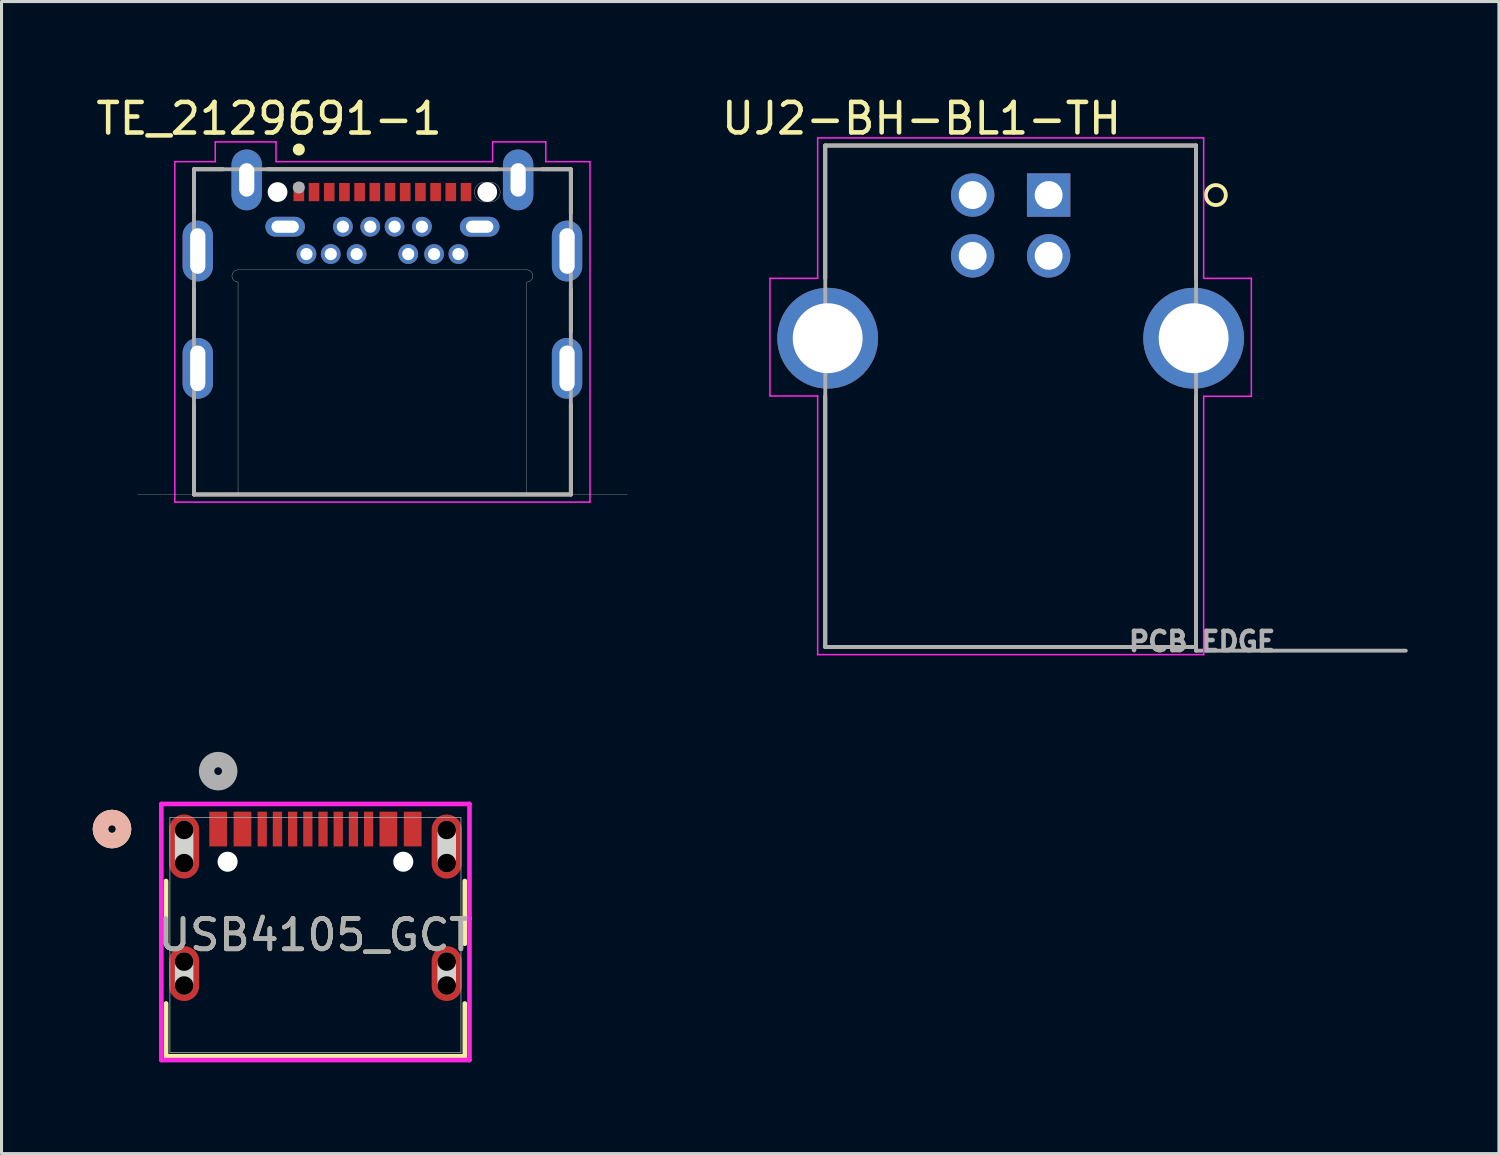
<source format=kicad_pcb>
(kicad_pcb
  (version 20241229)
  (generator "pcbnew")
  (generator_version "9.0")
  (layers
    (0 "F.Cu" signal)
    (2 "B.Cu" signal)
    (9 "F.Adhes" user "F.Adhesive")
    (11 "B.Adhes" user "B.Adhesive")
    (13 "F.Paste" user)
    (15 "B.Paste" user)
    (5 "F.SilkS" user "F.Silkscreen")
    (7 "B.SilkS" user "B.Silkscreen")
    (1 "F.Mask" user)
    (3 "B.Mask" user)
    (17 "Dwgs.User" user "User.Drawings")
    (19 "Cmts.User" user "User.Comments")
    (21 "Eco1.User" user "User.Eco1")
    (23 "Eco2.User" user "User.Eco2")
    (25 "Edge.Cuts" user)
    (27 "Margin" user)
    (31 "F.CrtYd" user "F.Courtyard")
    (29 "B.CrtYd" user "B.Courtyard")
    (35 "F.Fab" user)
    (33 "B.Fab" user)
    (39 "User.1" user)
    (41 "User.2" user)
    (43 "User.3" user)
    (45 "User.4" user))
  (footprint "UJ2-BH-BL1-TH"
    (layer "F.Cu")
    (at 31.452 3.368)
    (property "Reference" "UJ2-BH-BL1-TH" (at -4.182 -2.519 0) (layer "F.SilkS") (effects (font (size 1.002 1.002) (thickness 0.15))))
    (attr through_hole)
    (fp_line (start -7.35 -1.63) (end 4.85 -1.63) (stroke (width 0.127) (type solid)) (layer "F.SilkS"))
    (fp_line (start -7.35 2.74) (end -7.35 -1.63) (stroke (width 0.127) (type solid)) (layer "F.SilkS"))
    (fp_line (start -7.35 6.61) (end -7.35 14.87) (stroke (width 0.127) (type solid)) (layer "F.SilkS"))
    (fp_line (start -7.35 14.87) (end 4.85 14.87) (stroke (width 0.127) (type solid)) (layer "F.SilkS"))
    (fp_line (start 4.85 -1.63) (end 4.85 2.74) (stroke (width 0.127) (type solid)) (layer "F.SilkS"))
    (fp_line (start 4.85 14.87) (end 4.85 6.61) (stroke (width 0.127) (type solid)) (layer "F.SilkS"))
    (fp_circle (center 5.5 0) (end 5.829 0) (stroke (width 0.127) (type solid)) (fill no) (layer "F.SilkS"))
    (fp_line (start -9.17 2.74) (end -7.6 2.74) (stroke (width 0.05) (type solid)) (layer "F.CrtYd"))
    (fp_line (start -9.17 6.61) (end -9.17 2.74) (stroke (width 0.05) (type solid)) (layer "F.CrtYd"))
    (fp_line (start -7.6 -1.88) (end 5.1 -1.88) (stroke (width 0.05) (type solid)) (layer "F.CrtYd"))
    (fp_line (start -7.6 2.74) (end -7.6 -1.88) (stroke (width 0.05) (type solid)) (layer "F.CrtYd"))
    (fp_line (start -7.6 6.61) (end -9.17 6.61) (stroke (width 0.05) (type solid)) (layer "F.CrtYd"))
    (fp_line (start -7.6 15.12) (end -7.6 6.61) (stroke (width 0.05) (type solid)) (layer "F.CrtYd"))
    (fp_line (start 5.1 -1.88) (end 5.1 2.74) (stroke (width 0.05) (type solid)) (layer "F.CrtYd"))
    (fp_line (start 5.1 2.74) (end 6.67 2.74) (stroke (width 0.05) (type solid)) (layer "F.CrtYd"))
    (fp_line (start 5.1 6.62) (end 5.1 15.12) (stroke (width 0.05) (type solid)) (layer "F.CrtYd"))
    (fp_line (start 5.1 15.12) (end -7.6 15.12) (stroke (width 0.05) (type solid)) (layer "F.CrtYd"))
    (fp_line (start 6.67 2.74) (end 6.67 6.62) (stroke (width 0.05) (type solid)) (layer "F.CrtYd"))
    (fp_line (start 6.67 6.62) (end 5.1 6.62) (stroke (width 0.05) (type solid)) (layer "F.CrtYd"))
    (fp_line (start -7.35 -1.63) (end 4.85 -1.63) (stroke (width 0.127) (type solid)) (layer "F.Fab"))
    (fp_line (start -7.35 14.87) (end -7.35 -1.63) (stroke (width 0.127) (type solid)) (layer "F.Fab"))
    (fp_line (start 4.85 -1.63) (end 4.85 14.87) (stroke (width 0.127) (type solid)) (layer "F.Fab"))
    (fp_line (start 4.85 14.87) (end -7.35 14.87) (stroke (width 0.127) (type solid)) (layer "F.Fab"))
    (fp_line (start 4.85 14.87) (end 4.85 14.99) (stroke (width 0.127) (type solid)) (layer "F.Fab"))
    (fp_line (start 4.85 14.99) (end 11.75 14.99) (stroke (width 0.127) (type solid)) (layer "F.Fab"))
    (fp_circle (center 0 0) (end 0.2 0) (stroke (width 0.4) (type solid)) (fill no) (layer "F.Fab"))
    (fp_text user "PCB EDGE" (at 5.049 14.686 0) (layer "F.Fab") (effects (font (size 0.631 0.631) (thickness 0.15))))
    (pad "1" thru_hole rect (at 0 0) (size 1.428 1.428) (drill 0.92) (layers "*.Cu" "*.Mask"))
    (pad "2" thru_hole circle (at -2.5 0) (size 1.428 1.428) (drill 0.92) (layers "*.Cu" "*.Mask"))
    (pad "3" thru_hole circle (at -2.5 2) (size 1.428 1.428) (drill 0.92) (layers "*.Cu" "*.Mask"))
    (pad "4" thru_hole circle (at 0 2) (size 1.428 1.428) (drill 0.92) (layers "*.Cu" "*.Mask"))
    (pad "SH1" thru_hole circle (at -7.27 4.71) (size 3.316 3.316) (drill 2.3) (layers "*.Cu" "*.Mask"))
    (pad "SH2" thru_hole circle (at 4.77 4.71) (size 3.316 3.316) (drill 2.3) (layers "*.Cu" "*.Mask")))
  (footprint "USB4105_GCT"
    (layer "F.Cu")
    (at 7.328 27.713)
    (property "Reference" "USB4105_GCT" (at 0 0 0) (unlocked yes) (layer "F.SilkS") (effects (font (size 1 1) (thickness 0.15))))
    (attr smd)
    (fp_line (start -4.915 -1.776) (end -4.915 0.287) (stroke (width 0.152) (type solid)) (layer "F.SilkS"))
    (fp_line (start -4.915 2.252) (end -4.915 3.988) (stroke (width 0.152) (type solid)) (layer "F.SilkS"))
    (fp_line (start -4.915 3.988) (end 4.915 3.988) (stroke (width 0.152) (type solid)) (layer "F.SilkS"))
    (fp_line (start 4.915 0.287) (end 4.915 -1.776) (stroke (width 0.152) (type solid)) (layer "F.SilkS"))
    (fp_line (start 4.915 3.988) (end 4.915 2.252) (stroke (width 0.152) (type solid)) (layer "F.SilkS"))
    (fp_circle (center -6.693 -3.486) (end -6.312 -3.486) (stroke (width 0.508) (type solid)) (fill no) (layer "F.SilkS"))
    (fp_circle (center -6.693 -3.486) (end -6.312 -3.486) (stroke (width 0.508) (type solid)) (fill no) (layer "B.SilkS"))
    (fp_line (start -4.32 -2.365) (end -4.32 -3.457) (stroke (width 0.61) (type solid)) (layer "Edge.Cuts"))
    (fp_line (start -4.32 1.663) (end -4.32 0.875) (stroke (width 0.61) (type solid)) (layer "Edge.Cuts"))
    (fp_line (start 4.32 -2.365) (end 4.32 -3.457) (stroke (width 0.61) (type solid)) (layer "Edge.Cuts"))
    (fp_line (start 4.32 1.663) (end 4.32 0.875) (stroke (width 0.61) (type solid)) (layer "Edge.Cuts"))
    (fp_line (start -5.069 -4.311) (end -5.069 4.115) (stroke (width 0.152) (type solid)) (layer "F.CrtYd"))
    (fp_line (start -5.069 4.115) (end 5.069 4.115) (stroke (width 0.152) (type solid)) (layer "F.CrtYd"))
    (fp_line (start 5.069 -4.311) (end -5.069 -4.311) (stroke (width 0.152) (type solid)) (layer "F.CrtYd"))
    (fp_line (start 5.069 4.115) (end 5.069 -4.311) (stroke (width 0.152) (type solid)) (layer "F.CrtYd"))
    (fp_line (start -4.788 -3.861) (end -4.788 3.861) (stroke (width 0.025) (type solid)) (layer "F.Fab"))
    (fp_line (start -4.788 3.861) (end 4.788 3.861) (stroke (width 0.025) (type solid)) (layer "F.Fab"))
    (fp_line (start 4.788 -3.861) (end -4.788 -3.861) (stroke (width 0.025) (type solid)) (layer "F.Fab"))
    (fp_line (start 4.788 3.861) (end 4.788 -3.861) (stroke (width 0.025) (type solid)) (layer "F.Fab"))
    (fp_circle (center -3.2 -5.391) (end -2.819 -5.391) (stroke (width 0.508) (type solid)) (fill no) (layer "F.Fab"))
    (fp_text user "${REFERENCE}" (at 0 0 0) (unlocked yes) (layer "F.Fab") (effects (font (size 1 1) (thickness 0.15))))
    (pad "" np_thru_hole circle (at -4.32 -3.457) (size 0.61 0.61) (drill 0.61) (layers))
    (pad "" np_thru_hole circle (at -4.32 -2.365) (size 0.61 0.61) (drill 0.61) (layers))
    (pad "" np_thru_hole circle (at -4.32 0.875) (size 0.61 0.61) (drill 0.61) (layers))
    (pad "" np_thru_hole circle (at -4.32 1.663) (size 0.61 0.61) (drill 0.61) (layers))
    (pad "" np_thru_hole circle (at -2.89 -2.411) (size 0.66 0.66) (drill 0.66) (layers "*.Cu" "*.Mask"))
    (pad "" np_thru_hole circle (at 2.89 -2.411) (size 0.66 0.66) (drill 0.66) (layers "*.Cu" "*.Mask"))
    (pad "" np_thru_hole circle (at 4.32 -3.457) (size 0.61 0.61) (drill 0.61) (layers))
    (pad "" np_thru_hole circle (at 4.32 -2.365) (size 0.61 0.61) (drill 0.61) (layers))
    (pad "" np_thru_hole circle (at 4.32 0.875) (size 0.61 0.61) (drill 0.61) (layers))
    (pad "" np_thru_hole circle (at 4.32 1.663) (size 0.61 0.61) (drill 0.61) (layers))
    (pad "13" smd oval (at -4.32 1.269) (size 0.991 1.803) (layers "F.Cu" "F.Mask" "F.Paste"))
    (pad "14" smd oval (at 4.32 1.269) (size 0.991 1.803) (layers "F.Cu" "F.Mask" "F.Paste"))
    (pad "15" smd oval (at -4.32 -2.911) (size 0.991 2.108) (layers "F.Cu" "F.Mask" "F.Paste"))
    (pad "16" smd oval (at 4.32 -2.911) (size 0.991 2.108) (layers "F.Cu" "F.Mask" "F.Paste"))
    (pad "A1-B12" smd rect (at -3.2 -3.486) (size 0.584 1.143) (layers "F.Cu" "F.Mask" "F.Paste"))
    (pad "A4-B9" smd rect (at -2.4 -3.486) (size 0.584 1.143) (layers "F.Cu" "F.Mask" "F.Paste"))
    (pad "A5" smd rect (at -1.25 -3.486) (size 0.305 1.143) (layers "F.Cu" "F.Mask" "F.Paste"))
    (pad "A6" smd rect (at -0.25 -3.486) (size 0.305 1.143) (layers "F.Cu" "F.Mask" "F.Paste"))
    (pad "A7" smd rect (at 0.25 -3.486) (size 0.305 1.143) (layers "F.Cu" "F.Mask" "F.Paste"))
    (pad "A8" smd rect (at 1.25 -3.486) (size 0.305 1.143) (layers "F.Cu" "F.Mask" "F.Paste"))
    (pad "B1-A12" smd rect (at 3.2 -3.486) (size 0.584 1.143) (layers "F.Cu" "F.Mask" "F.Paste"))
    (pad "B4-A9" smd rect (at 2.4 -3.486) (size 0.584 1.143) (layers "F.Cu" "F.Mask" "F.Paste"))
    (pad "B5" smd rect (at 1.75 -3.486) (size 0.305 1.143) (layers "F.Cu" "F.Mask" "F.Paste"))
    (pad "B6" smd rect (at 0.75 -3.486) (size 0.305 1.143) (layers "F.Cu" "F.Mask" "F.Paste"))
    (pad "B7" smd rect (at -0.75 -3.486) (size 0.305 1.143) (layers "F.Cu" "F.Mask" "F.Paste"))
    (pad "B8" smd rect (at -1.75 -3.486) (size 0.305 1.143) (layers "F.Cu" "F.Mask" "F.Paste")))
  (footprint "TE_2129691-1"
    (layer "F.Cu")
    (at 9.532 7.869)
    (property "Reference" "TE_2129691-1" (at -3.73 -7.017 0) (layer "F.SilkS") (effects (font (size 1.006 1.006) (thickness 0.15))))
    (attr through_hole)
    (fp_line (start -6.2 -5.35) (end -5.25 -5.35) (stroke (width 0.127) (type solid)) (layer "F.SilkS"))
    (fp_line (start -6.2 -3.91) (end -6.2 -5.35) (stroke (width 0.127) (type solid)) (layer "F.SilkS"))
    (fp_line (start -6.2 -0.06) (end -6.2 -1.41) (stroke (width 0.127) (type solid)) (layer "F.SilkS"))
    (fp_line (start -6.2 2.39) (end -6.2 5.35) (stroke (width 0.127) (type solid)) (layer "F.SilkS"))
    (fp_line (start -6.2 5.35) (end 6.2 5.35) (stroke (width 0.127) (type solid)) (layer "F.SilkS"))
    (fp_line (start -3.78 -5.35) (end 3.78 -5.35) (stroke (width 0.127) (type solid)) (layer "F.SilkS"))
    (fp_line (start 6.2 -5.35) (end 5.25 -5.35) (stroke (width 0.127) (type solid)) (layer "F.SilkS"))
    (fp_line (start 6.2 -3.91) (end 6.2 -5.35) (stroke (width 0.127) (type solid)) (layer "F.SilkS"))
    (fp_line (start 6.2 -0.01) (end 6.2 -1.41) (stroke (width 0.127) (type solid)) (layer "F.SilkS"))
    (fp_line (start 6.2 5.35) (end 6.2 2.39) (stroke (width 0.127) (type solid)) (layer "F.SilkS"))
    (fp_circle (center -2.75 -6) (end -2.65 -6) (stroke (width 0.2) (type solid)) (fill no) (layer "F.SilkS"))
    (fp_line (start -8.05 5.35) (end -4.75 5.35) (stroke (width 0.01) (type solid)) (layer "Edge.Cuts"))
    (fp_line (start -4.75 -2.04) (end 4.75 -2.04) (stroke (width 0.01) (type solid)) (layer "Edge.Cuts"))
    (fp_line (start -4.75 -1.64) (end -4.75 5.35) (stroke (width 0.01) (type solid)) (layer "Edge.Cuts"))
    (fp_line (start 3.365 -4.925) (end 3.535 -4.925) (stroke (width 0.01) (type solid)) (layer "Edge.Cuts"))
    (fp_line (start 3.535 -4.275) (end 3.365 -4.275) (stroke (width 0.01) (type solid)) (layer "Edge.Cuts"))
    (fp_line (start 4.75 -1.64) (end 4.75 5.35) (stroke (width 0.01) (type solid)) (layer "Edge.Cuts"))
    (fp_line (start 4.75 5.35) (end 8.05 5.35) (stroke (width 0.01) (type solid)) (layer "Edge.Cuts"))
    (fp_arc (start -4.75 -1.64) (mid -4.95 -1.84) (end -4.75 -2.04) (stroke (width 0.01) (type solid)) (layer "Edge.Cuts"))
    (fp_arc (start 3.025 -4.6) (mid 3.12769 -4.832916) (end 3.365 -4.925) (stroke (width 0.01) (type solid)) (layer "Edge.Cuts"))
    (fp_arc (start 3.365 -4.275) (mid 3.12769 -4.367084) (end 3.025 -4.6) (stroke (width 0.01) (type solid)) (layer "Edge.Cuts"))
    (fp_arc (start 3.535 -4.925) (mid 3.77231 -4.832916) (end 3.875 -4.6) (stroke (width 0.01) (type solid)) (layer "Edge.Cuts"))
    (fp_arc (start 3.875 -4.6) (mid 3.77231 -4.367084) (end 3.535 -4.275) (stroke (width 0.01) (type solid)) (layer "Edge.Cuts"))
    (fp_arc (start 4.75 -2.04) (mid 4.95 -1.84) (end 4.75 -1.64) (stroke (width 0.01) (type solid)) (layer "Edge.Cuts"))
    (fp_line (start -6.83 -5.6) (end -6.83 5.6) (stroke (width 0.05) (type solid)) (layer "F.CrtYd"))
    (fp_line (start -6.83 5.6) (end 6.83 5.6) (stroke (width 0.05) (type solid)) (layer "F.CrtYd"))
    (fp_line (start -5.5 -6.25) (end -5.5 -5.6) (stroke (width 0.05) (type solid)) (layer "F.CrtYd"))
    (fp_line (start -5.5 -5.6) (end -6.83 -5.6) (stroke (width 0.05) (type solid)) (layer "F.CrtYd"))
    (fp_line (start -3.5 -6.25) (end -5.5 -6.25) (stroke (width 0.05) (type solid)) (layer "F.CrtYd"))
    (fp_line (start -3.5 -5.6) (end -3.5 -6.25) (stroke (width 0.05) (type solid)) (layer "F.CrtYd"))
    (fp_line (start 3.625 -6.25) (end 3.625 -5.6) (stroke (width 0.05) (type solid)) (layer "F.CrtYd"))
    (fp_line (start 3.625 -5.6) (end -3.5 -5.6) (stroke (width 0.05) (type solid)) (layer "F.CrtYd"))
    (fp_line (start 5.375 -6.25) (end 3.625 -6.25) (stroke (width 0.05) (type solid)) (layer "F.CrtYd"))
    (fp_line (start 5.375 -5.6) (end 5.375 -6.25) (stroke (width 0.05) (type solid)) (layer "F.CrtYd"))
    (fp_line (start 6.83 -5.6) (end 5.375 -5.6) (stroke (width 0.05) (type solid)) (layer "F.CrtYd"))
    (fp_line (start 6.83 5.6) (end 6.83 -5.6) (stroke (width 0.05) (type solid)) (layer "F.CrtYd"))
    (fp_line (start -6.2 -5.35) (end 6.2 -5.35) (stroke (width 0.127) (type solid)) (layer "F.Fab"))
    (fp_line (start -6.2 5.35) (end -6.2 -5.35) (stroke (width 0.127) (type solid)) (layer "F.Fab"))
    (fp_line (start -6.2 5.35) (end 6.2 5.35) (stroke (width 0.127) (type solid)) (layer "F.Fab"))
    (fp_line (start 6.2 -5.35) (end 6.2 5.35) (stroke (width 0.127) (type solid)) (layer "F.Fab"))
    (fp_circle (center -2.75 -4.75) (end -2.65 -4.75) (stroke (width 0.2) (type solid)) (fill no) (layer "F.Fab"))
    (pad "" np_thru_hole circle (at -3.45 -4.6) (size 0.65 0.65) (drill 0.65) (layers "*.Cu" "*.Mask"))
    (pad "" np_thru_hole circle (at 3.45 -4.6) (size 0.65 0.65) (drill 0.65) (layers "*.Cu" "*.Mask"))
    (pad "A1" smd rect (at -2.75 -4.6) (size 0.35 0.6) (layers "F.Cu" "F.Mask" "F.Paste"))
    (pad "A2" smd rect (at -2.25 -4.6) (size 0.35 0.6) (layers "F.Cu" "F.Mask" "F.Paste"))
    (pad "A3" smd rect (at -1.75 -4.6) (size 0.35 0.6) (layers "F.Cu" "F.Mask" "F.Paste"))
    (pad "A4" smd rect (at -1.25 -4.6) (size 0.35 0.6) (layers "F.Cu" "F.Mask" "F.Paste"))
    (pad "A5" smd rect (at -0.75 -4.6) (size 0.35 0.6) (layers "F.Cu" "F.Mask" "F.Paste"))
    (pad "A6" smd rect (at -0.25 -4.6) (size 0.35 0.6) (layers "F.Cu" "F.Mask" "F.Paste"))
    (pad "A7" smd rect (at 0.25 -4.6) (size 0.35 0.6) (layers "F.Cu" "F.Mask" "F.Paste"))
    (pad "A8" smd rect (at 0.75 -4.6) (size 0.35 0.6) (layers "F.Cu" "F.Mask" "F.Paste"))
    (pad "A9" smd rect (at 1.25 -4.6) (size 0.35 0.6) (layers "F.Cu" "F.Mask" "F.Paste"))
    (pad "A10" smd rect (at 1.75 -4.6) (size 0.35 0.6) (layers "F.Cu" "F.Mask" "F.Paste"))
    (pad "A11" smd rect (at 2.25 -4.6) (size 0.35 0.6) (layers "F.Cu" "F.Mask" "F.Paste"))
    (pad "A12" smd rect (at 2.75 -4.6) (size 0.35 0.6) (layers "F.Cu" "F.Mask" "F.Paste"))
    (pad "B1" thru_hole oval (at 3.2 -3.46) (size 1.3 0.65) (drill oval 0.9 0.4) (layers "*.Cu" "*.Mask"))
    (pad "B2" thru_hole circle (at 2.5 -2.56) (size 0.65 0.65) (drill 0.4) (layers "*.Cu" "*.Mask"))
    (pad "B3" thru_hole circle (at 1.7 -2.56) (size 0.65 0.65) (drill 0.4) (layers "*.Cu" "*.Mask"))
    (pad "B4" thru_hole circle (at 1.3 -3.46) (size 0.65 0.65) (drill 0.4) (layers "*.Cu" "*.Mask"))
    (pad "B5" thru_hole circle (at 0.85 -2.56) (size 0.65 0.65) (drill 0.4) (layers "*.Cu" "*.Mask"))
    (pad "B6" thru_hole circle (at 0.4 -3.46) (size 0.65 0.65) (drill 0.4) (layers "*.Cu" "*.Mask"))
    (pad "B7" thru_hole circle (at -0.4 -3.46) (size 0.65 0.65) (drill 0.4) (layers "*.Cu" "*.Mask"))
    (pad "B8" thru_hole circle (at -0.85 -2.56) (size 0.65 0.65) (drill 0.4) (layers "*.Cu" "*.Mask"))
    (pad "B9" thru_hole circle (at -1.3 -3.46) (size 0.65 0.65) (drill 0.4) (layers "*.Cu" "*.Mask"))
    (pad "B10" thru_hole circle (at -1.7 -2.56) (size 0.65 0.65) (drill 0.4) (layers "*.Cu" "*.Mask"))
    (pad "B11" thru_hole circle (at -2.5 -2.56) (size 0.65 0.65) (drill 0.4) (layers "*.Cu" "*.Mask"))
    (pad "B12" thru_hole oval (at -3.2 -3.46) (size 1.3 0.65) (drill oval 0.9 0.4) (layers "*.Cu" "*.Mask"))
    (pad "S1" thru_hole oval (at -6.075 1.2) (size 1 2) (drill oval 0.5 1.5) (layers "*.Cu" "*.Mask"))
    (pad "S2" thru_hole oval (at 6.075 1.2) (size 1 2) (drill oval 0.5 1.5) (layers "*.Cu" "*.Mask"))
    (pad "S3" thru_hole oval (at -6.075 -2.66) (size 1 2) (drill oval 0.5 1.5) (layers "*.Cu" "*.Mask"))
    (pad "S4" thru_hole oval (at 6.075 -2.66) (size 1 2) (drill oval 0.5 1.5) (layers "*.Cu" "*.Mask"))
    (pad "S5" thru_hole oval (at -4.465 -5) (size 1 2) (drill oval 0.5 1.1) (layers "*.Cu" "*.Mask"))
    (pad "S6" thru_hole oval (at 4.465 -5) (size 1 2) (drill oval 0.5 1.1) (layers "*.Cu" "*.Mask")))
  (gr_rect
    (start -3 -3)
    (end 46.266 34.904)
    (stroke (width 0.1) (type default))
    (fill no)
    (layer "Edge.Cuts")))
</source>
